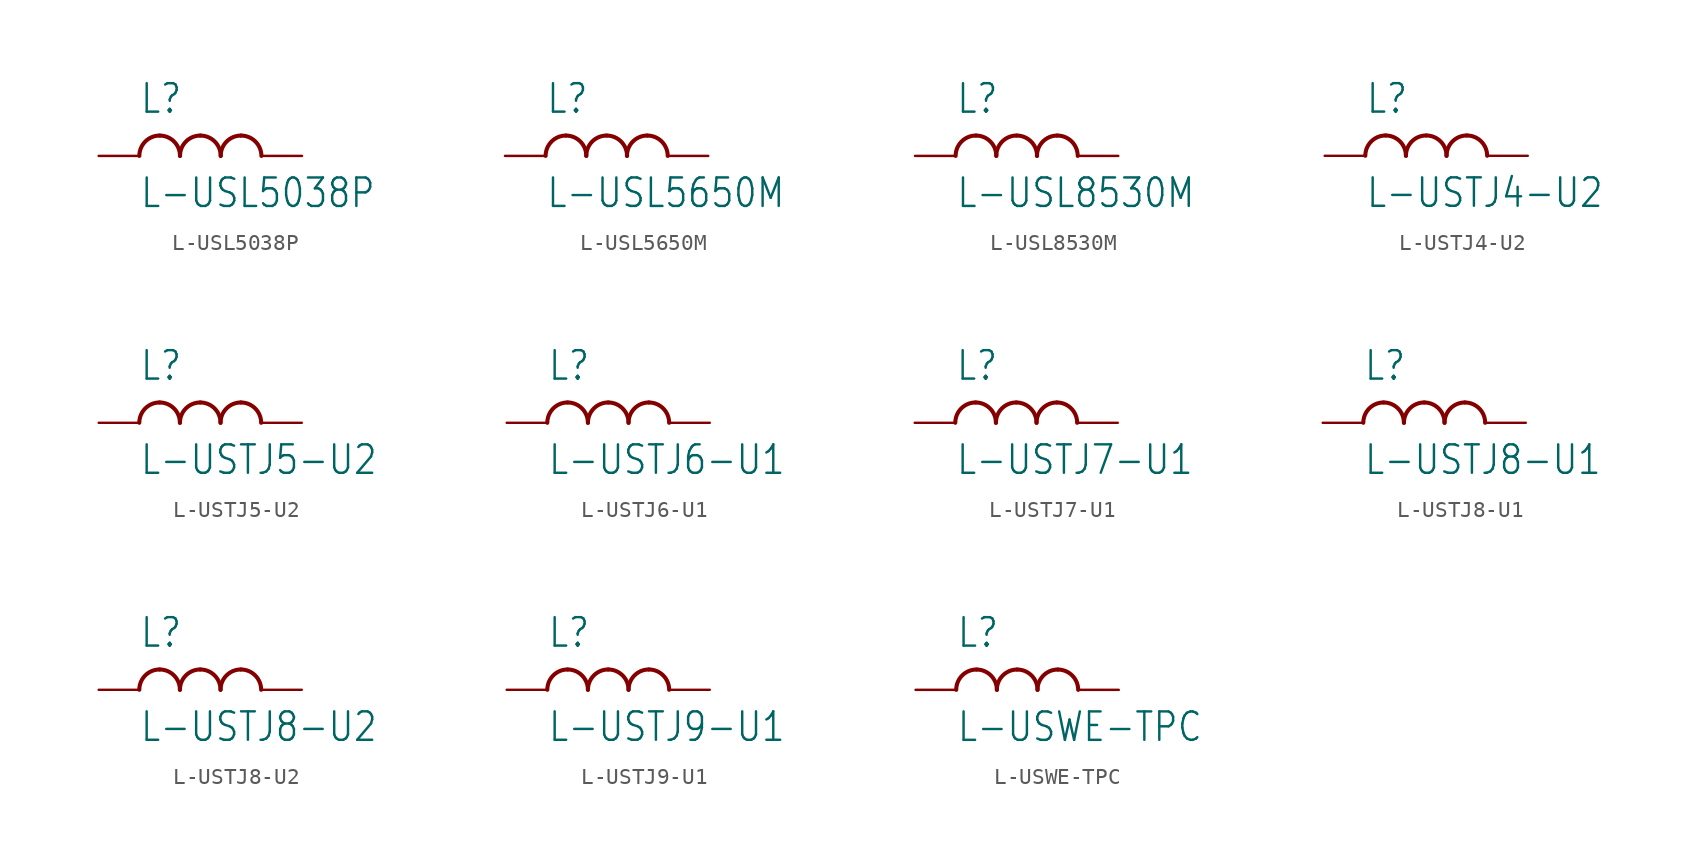
<source format=kicad_sym>
(kicad_symbol_lib
  (version 20211014)
  (generator kicad_symbol_editor)
  (symbol "L-USL5038P"
    (property "Reference" "L"
      (at -5.08 2.54 0)
      (effects (font (size 1.778 1.511)) (justify left bottom)))
    (property "Value" "L-USL5038P"
      (at -5.08 -1.27 0)
      (effects (font (size 1.778 1.511)) (justify left top)))
    (property "ki_locked" ""
      (at 0 0 0)
      (effects (font (size 1.27 1.27))))
    (symbol "L-USL5038P_1_0"
      (arc (start -3.81 1.27) (mid -4.708 0.898) (end -5.08 0) (stroke (width 0.254) (type default) (color 0 0 0 0)) (fill (type none)))
      (arc (start -2.54 0) (mid -2.912 0.898) (end -3.81 1.27) (stroke (width 0.254) (type default) (color 0 0 0 0)) (fill (type none)))
      (arc (start -1.27 1.27) (mid -2.168 0.898) (end -2.54 0) (stroke (width 0.254) (type default) (color 0 0 0 0)) (fill (type none)))
      (arc (start 0 0) (mid -0.372 0.898) (end -1.27 1.27) (stroke (width 0.254) (type default) (color 0 0 0 0)) (fill (type none)))
      (arc (start 1.27 1.27) (mid 0.372 0.898) (end 0 0) (stroke (width 0.254) (type default) (color 0 0 0 0)) (fill (type none)))
      (arc (start 2.54 0) (mid 2.168 0.898) (end 1.27 1.27) (stroke (width 0.254) (type default) (color 0 0 0 0)) (fill (type none)))
      (pin passive line (at -7.62 0 0) (length 2.54) (name "1" (effects (font (size 0 0)))) (number "1" (effects (font (size 0 0)))))
      (pin passive line (at 5.08 0 180) (length 2.54) (name "2" (effects (font (size 0 0)))) (number "2" (effects (font (size 0 0)))))))
  (symbol "L-USL5650M"
    (property "Reference" "L"
      (at -5.08 2.54 0)
      (effects (font (size 1.778 1.511)) (justify left bottom)))
    (property "Value" "L-USL5650M"
      (at -5.08 -1.27 0)
      (effects (font (size 1.778 1.511)) (justify left top)))
    (property "ki_locked" ""
      (at 0 0 0)
      (effects (font (size 1.27 1.27))))
    (symbol "L-USL5650M_1_0"
      (arc (start -3.81 1.27) (mid -4.708 0.898) (end -5.08 0) (stroke (width 0.254) (type default) (color 0 0 0 0)) (fill (type none)))
      (arc (start -2.54 0) (mid -2.912 0.898) (end -3.81 1.27) (stroke (width 0.254) (type default) (color 0 0 0 0)) (fill (type none)))
      (arc (start -1.27 1.27) (mid -2.168 0.898) (end -2.54 0) (stroke (width 0.254) (type default) (color 0 0 0 0)) (fill (type none)))
      (arc (start 0 0) (mid -0.372 0.898) (end -1.27 1.27) (stroke (width 0.254) (type default) (color 0 0 0 0)) (fill (type none)))
      (arc (start 1.27 1.27) (mid 0.372 0.898) (end 0 0) (stroke (width 0.254) (type default) (color 0 0 0 0)) (fill (type none)))
      (arc (start 2.54 0) (mid 2.168 0.898) (end 1.27 1.27) (stroke (width 0.254) (type default) (color 0 0 0 0)) (fill (type none)))
      (pin passive line (at -7.62 0 0) (length 2.54) (name "1" (effects (font (size 0 0)))) (number "1" (effects (font (size 0 0)))))
      (pin passive line (at 5.08 0 180) (length 2.54) (name "2" (effects (font (size 0 0)))) (number "2" (effects (font (size 0 0)))))))
  (symbol "L-USL8530M"
    (property "Reference" "L"
      (at -5.08 2.54 0)
      (effects (font (size 1.778 1.511)) (justify left bottom)))
    (property "Value" "L-USL8530M"
      (at -5.08 -1.27 0)
      (effects (font (size 1.778 1.511)) (justify left top)))
    (property "ki_locked" ""
      (at 0 0 0)
      (effects (font (size 1.27 1.27))))
    (symbol "L-USL8530M_1_0"
      (arc (start -3.81 1.27) (mid -4.708 0.898) (end -5.08 0) (stroke (width 0.254) (type default) (color 0 0 0 0)) (fill (type none)))
      (arc (start -2.54 0) (mid -2.912 0.898) (end -3.81 1.27) (stroke (width 0.254) (type default) (color 0 0 0 0)) (fill (type none)))
      (arc (start -1.27 1.27) (mid -2.168 0.898) (end -2.54 0) (stroke (width 0.254) (type default) (color 0 0 0 0)) (fill (type none)))
      (arc (start 0 0) (mid -0.372 0.898) (end -1.27 1.27) (stroke (width 0.254) (type default) (color 0 0 0 0)) (fill (type none)))
      (arc (start 1.27 1.27) (mid 0.372 0.898) (end 0 0) (stroke (width 0.254) (type default) (color 0 0 0 0)) (fill (type none)))
      (arc (start 2.54 0) (mid 2.168 0.898) (end 1.27 1.27) (stroke (width 0.254) (type default) (color 0 0 0 0)) (fill (type none)))
      (pin passive line (at -7.62 0 0) (length 2.54) (name "1" (effects (font (size 0 0)))) (number "1" (effects (font (size 0 0)))))
      (pin passive line (at 5.08 0 180) (length 2.54) (name "2" (effects (font (size 0 0)))) (number "2" (effects (font (size 0 0)))))))
  (symbol "L-USTJ4-U2"
    (property "Reference" "L"
      (at -5.08 2.54 0)
      (effects (font (size 1.778 1.511)) (justify left bottom)))
    (property "Value" "L-USTJ4-U2"
      (at -5.08 -1.27 0)
      (effects (font (size 1.778 1.511)) (justify left top)))
    (property "ki_locked" ""
      (at 0 0 0)
      (effects (font (size 1.27 1.27))))
    (symbol "L-USTJ4-U2_1_0"
      (arc (start -3.81 1.27) (mid -4.708 0.898) (end -5.08 0) (stroke (width 0.254) (type default) (color 0 0 0 0)) (fill (type none)))
      (arc (start -2.54 0) (mid -2.912 0.898) (end -3.81 1.27) (stroke (width 0.254) (type default) (color 0 0 0 0)) (fill (type none)))
      (arc (start -1.27 1.27) (mid -2.168 0.898) (end -2.54 0) (stroke (width 0.254) (type default) (color 0 0 0 0)) (fill (type none)))
      (arc (start 0 0) (mid -0.372 0.898) (end -1.27 1.27) (stroke (width 0.254) (type default) (color 0 0 0 0)) (fill (type none)))
      (arc (start 1.27 1.27) (mid 0.372 0.898) (end 0 0) (stroke (width 0.254) (type default) (color 0 0 0 0)) (fill (type none)))
      (arc (start 2.54 0) (mid 2.168 0.898) (end 1.27 1.27) (stroke (width 0.254) (type default) (color 0 0 0 0)) (fill (type none)))
      (pin passive line (at -7.62 0 0) (length 2.54) (name "1" (effects (font (size 0 0)))) (number "1" (effects (font (size 0 0)))))
      (pin passive line (at 5.08 0 180) (length 2.54) (name "2" (effects (font (size 0 0)))) (number "2" (effects (font (size 0 0)))))))
  (symbol "L-USTJ5-U2"
    (property "Reference" "L"
      (at -5.08 2.54 0)
      (effects (font (size 1.778 1.511)) (justify left bottom)))
    (property "Value" "L-USTJ5-U2"
      (at -5.08 -1.27 0)
      (effects (font (size 1.778 1.511)) (justify left top)))
    (property "ki_locked" ""
      (at 0 0 0)
      (effects (font (size 1.27 1.27))))
    (symbol "L-USTJ5-U2_1_0"
      (arc (start -3.81 1.27) (mid -4.708 0.898) (end -5.08 0) (stroke (width 0.254) (type default) (color 0 0 0 0)) (fill (type none)))
      (arc (start -2.54 0) (mid -2.912 0.898) (end -3.81 1.27) (stroke (width 0.254) (type default) (color 0 0 0 0)) (fill (type none)))
      (arc (start -1.27 1.27) (mid -2.168 0.898) (end -2.54 0) (stroke (width 0.254) (type default) (color 0 0 0 0)) (fill (type none)))
      (arc (start 0 0) (mid -0.372 0.898) (end -1.27 1.27) (stroke (width 0.254) (type default) (color 0 0 0 0)) (fill (type none)))
      (arc (start 1.27 1.27) (mid 0.372 0.898) (end 0 0) (stroke (width 0.254) (type default) (color 0 0 0 0)) (fill (type none)))
      (arc (start 2.54 0) (mid 2.168 0.898) (end 1.27 1.27) (stroke (width 0.254) (type default) (color 0 0 0 0)) (fill (type none)))
      (pin passive line (at -7.62 0 0) (length 2.54) (name "1" (effects (font (size 0 0)))) (number "1" (effects (font (size 0 0)))))
      (pin passive line (at 5.08 0 180) (length 2.54) (name "2" (effects (font (size 0 0)))) (number "2" (effects (font (size 0 0)))))))
  (symbol "L-USTJ6-U1"
    (property "Reference" "L"
      (at -5.08 2.54 0)
      (effects (font (size 1.778 1.511)) (justify left bottom)))
    (property "Value" "L-USTJ6-U1"
      (at -5.08 -1.27 0)
      (effects (font (size 1.778 1.511)) (justify left top)))
    (property "ki_locked" ""
      (at 0 0 0)
      (effects (font (size 1.27 1.27))))
    (symbol "L-USTJ6-U1_1_0"
      (arc (start -3.81 1.27) (mid -4.708 0.898) (end -5.08 0) (stroke (width 0.254) (type default) (color 0 0 0 0)) (fill (type none)))
      (arc (start -2.54 0) (mid -2.912 0.898) (end -3.81 1.27) (stroke (width 0.254) (type default) (color 0 0 0 0)) (fill (type none)))
      (arc (start -1.27 1.27) (mid -2.168 0.898) (end -2.54 0) (stroke (width 0.254) (type default) (color 0 0 0 0)) (fill (type none)))
      (arc (start 0 0) (mid -0.372 0.898) (end -1.27 1.27) (stroke (width 0.254) (type default) (color 0 0 0 0)) (fill (type none)))
      (arc (start 1.27 1.27) (mid 0.372 0.898) (end 0 0) (stroke (width 0.254) (type default) (color 0 0 0 0)) (fill (type none)))
      (arc (start 2.54 0) (mid 2.168 0.898) (end 1.27 1.27) (stroke (width 0.254) (type default) (color 0 0 0 0)) (fill (type none)))
      (pin passive line (at -7.62 0 0) (length 2.54) (name "1" (effects (font (size 0 0)))) (number "1" (effects (font (size 0 0)))))
      (pin passive line (at 5.08 0 180) (length 2.54) (name "2" (effects (font (size 0 0)))) (number "2" (effects (font (size 0 0)))))))
  (symbol "L-USTJ7-U1"
    (property "Reference" "L"
      (at -5.08 2.54 0)
      (effects (font (size 1.778 1.511)) (justify left bottom)))
    (property "Value" "L-USTJ7-U1"
      (at -5.08 -1.27 0)
      (effects (font (size 1.778 1.511)) (justify left top)))
    (property "ki_locked" ""
      (at 0 0 0)
      (effects (font (size 1.27 1.27))))
    (symbol "L-USTJ7-U1_1_0"
      (arc (start -3.81 1.27) (mid -4.708 0.898) (end -5.08 0) (stroke (width 0.254) (type default) (color 0 0 0 0)) (fill (type none)))
      (arc (start -2.54 0) (mid -2.912 0.898) (end -3.81 1.27) (stroke (width 0.254) (type default) (color 0 0 0 0)) (fill (type none)))
      (arc (start -1.27 1.27) (mid -2.168 0.898) (end -2.54 0) (stroke (width 0.254) (type default) (color 0 0 0 0)) (fill (type none)))
      (arc (start 0 0) (mid -0.372 0.898) (end -1.27 1.27) (stroke (width 0.254) (type default) (color 0 0 0 0)) (fill (type none)))
      (arc (start 1.27 1.27) (mid 0.372 0.898) (end 0 0) (stroke (width 0.254) (type default) (color 0 0 0 0)) (fill (type none)))
      (arc (start 2.54 0) (mid 2.168 0.898) (end 1.27 1.27) (stroke (width 0.254) (type default) (color 0 0 0 0)) (fill (type none)))
      (pin passive line (at -7.62 0 0) (length 2.54) (name "1" (effects (font (size 0 0)))) (number "1" (effects (font (size 0 0)))))
      (pin passive line (at 5.08 0 180) (length 2.54) (name "2" (effects (font (size 0 0)))) (number "2" (effects (font (size 0 0)))))))
  (symbol "L-USTJ8-U1"
    (property "Reference" "L"
      (at -5.08 2.54 0)
      (effects (font (size 1.778 1.511)) (justify left bottom)))
    (property "Value" "L-USTJ8-U1"
      (at -5.08 -1.27 0)
      (effects (font (size 1.778 1.511)) (justify left top)))
    (property "ki_locked" ""
      (at 0 0 0)
      (effects (font (size 1.27 1.27))))
    (symbol "L-USTJ8-U1_1_0"
      (arc (start -3.81 1.27) (mid -4.708 0.898) (end -5.08 0) (stroke (width 0.254) (type default) (color 0 0 0 0)) (fill (type none)))
      (arc (start -2.54 0) (mid -2.912 0.898) (end -3.81 1.27) (stroke (width 0.254) (type default) (color 0 0 0 0)) (fill (type none)))
      (arc (start -1.27 1.27) (mid -2.168 0.898) (end -2.54 0) (stroke (width 0.254) (type default) (color 0 0 0 0)) (fill (type none)))
      (arc (start 0 0) (mid -0.372 0.898) (end -1.27 1.27) (stroke (width 0.254) (type default) (color 0 0 0 0)) (fill (type none)))
      (arc (start 1.27 1.27) (mid 0.372 0.898) (end 0 0) (stroke (width 0.254) (type default) (color 0 0 0 0)) (fill (type none)))
      (arc (start 2.54 0) (mid 2.168 0.898) (end 1.27 1.27) (stroke (width 0.254) (type default) (color 0 0 0 0)) (fill (type none)))
      (pin passive line (at -7.62 0 0) (length 2.54) (name "1" (effects (font (size 0 0)))) (number "1" (effects (font (size 0 0)))))
      (pin passive line (at 5.08 0 180) (length 2.54) (name "2" (effects (font (size 0 0)))) (number "2" (effects (font (size 0 0)))))))
  (symbol "L-USTJ8-U2"
    (property "Reference" "L"
      (at -5.08 2.54 0)
      (effects (font (size 1.778 1.511)) (justify left bottom)))
    (property "Value" "L-USTJ8-U2"
      (at -5.08 -1.27 0)
      (effects (font (size 1.778 1.511)) (justify left top)))
    (property "ki_locked" ""
      (at 0 0 0)
      (effects (font (size 1.27 1.27))))
    (symbol "L-USTJ8-U2_1_0"
      (arc (start -3.81 1.27) (mid -4.708 0.898) (end -5.08 0) (stroke (width 0.254) (type default) (color 0 0 0 0)) (fill (type none)))
      (arc (start -2.54 0) (mid -2.912 0.898) (end -3.81 1.27) (stroke (width 0.254) (type default) (color 0 0 0 0)) (fill (type none)))
      (arc (start -1.27 1.27) (mid -2.168 0.898) (end -2.54 0) (stroke (width 0.254) (type default) (color 0 0 0 0)) (fill (type none)))
      (arc (start 0 0) (mid -0.372 0.898) (end -1.27 1.27) (stroke (width 0.254) (type default) (color 0 0 0 0)) (fill (type none)))
      (arc (start 1.27 1.27) (mid 0.372 0.898) (end 0 0) (stroke (width 0.254) (type default) (color 0 0 0 0)) (fill (type none)))
      (arc (start 2.54 0) (mid 2.168 0.898) (end 1.27 1.27) (stroke (width 0.254) (type default) (color 0 0 0 0)) (fill (type none)))
      (pin passive line (at -7.62 0 0) (length 2.54) (name "1" (effects (font (size 0 0)))) (number "1" (effects (font (size 0 0)))))
      (pin passive line (at 5.08 0 180) (length 2.54) (name "2" (effects (font (size 0 0)))) (number "2" (effects (font (size 0 0)))))))
  (symbol "L-USTJ9-U1"
    (property "Reference" "L"
      (at -5.08 2.54 0)
      (effects (font (size 1.778 1.511)) (justify left bottom)))
    (property "Value" "L-USTJ9-U1"
      (at -5.08 -1.27 0)
      (effects (font (size 1.778 1.511)) (justify left top)))
    (property "ki_locked" ""
      (at 0 0 0)
      (effects (font (size 1.27 1.27))))
    (symbol "L-USTJ9-U1_1_0"
      (arc (start -3.81 1.27) (mid -4.708 0.898) (end -5.08 0) (stroke (width 0.254) (type default) (color 0 0 0 0)) (fill (type none)))
      (arc (start -2.54 0) (mid -2.912 0.898) (end -3.81 1.27) (stroke (width 0.254) (type default) (color 0 0 0 0)) (fill (type none)))
      (arc (start -1.27 1.27) (mid -2.168 0.898) (end -2.54 0) (stroke (width 0.254) (type default) (color 0 0 0 0)) (fill (type none)))
      (arc (start 0 0) (mid -0.372 0.898) (end -1.27 1.27) (stroke (width 0.254) (type default) (color 0 0 0 0)) (fill (type none)))
      (arc (start 1.27 1.27) (mid 0.372 0.898) (end 0 0) (stroke (width 0.254) (type default) (color 0 0 0 0)) (fill (type none)))
      (arc (start 2.54 0) (mid 2.168 0.898) (end 1.27 1.27) (stroke (width 0.254) (type default) (color 0 0 0 0)) (fill (type none)))
      (pin passive line (at -7.62 0 0) (length 2.54) (name "1" (effects (font (size 0 0)))) (number "1" (effects (font (size 0 0)))))
      (pin passive line (at 5.08 0 180) (length 2.54) (name "2" (effects (font (size 0 0)))) (number "2" (effects (font (size 0 0)))))))
  (symbol "L-USWE-TPC"
    (property "Reference" "L"
      (at -5.08 2.54 0)
      (effects (font (size 1.778 1.511)) (justify left bottom)))
    (property "Value" "L-USWE-TPC"
      (at -5.08 -1.27 0)
      (effects (font (size 1.778 1.511)) (justify left top)))
    (property "ki_locked" ""
      (at 0 0 0)
      (effects (font (size 1.27 1.27))))
    (symbol "L-USWE-TPC_1_0"
      (arc (start -3.81 1.27) (mid -4.708 0.898) (end -5.08 0) (stroke (width 0.254) (type default) (color 0 0 0 0)) (fill (type none)))
      (arc (start -2.54 0) (mid -2.912 0.898) (end -3.81 1.27) (stroke (width 0.254) (type default) (color 0 0 0 0)) (fill (type none)))
      (arc (start -1.27 1.27) (mid -2.168 0.898) (end -2.54 0) (stroke (width 0.254) (type default) (color 0 0 0 0)) (fill (type none)))
      (arc (start 0 0) (mid -0.372 0.898) (end -1.27 1.27) (stroke (width 0.254) (type default) (color 0 0 0 0)) (fill (type none)))
      (arc (start 1.27 1.27) (mid 0.372 0.898) (end 0 0) (stroke (width 0.254) (type default) (color 0 0 0 0)) (fill (type none)))
      (arc (start 2.54 0) (mid 2.168 0.898) (end 1.27 1.27) (stroke (width 0.254) (type default) (color 0 0 0 0)) (fill (type none)))
      (pin passive line (at -7.62 0 0) (length 2.54) (name "1" (effects (font (size 0 0)))) (number "1" (effects (font (size 0 0)))))
      (pin passive line (at 5.08 0 180) (length 2.54) (name "2" (effects (font (size 0 0)))) (number "2" (effects (font (size 0 0))))))))
</source>
